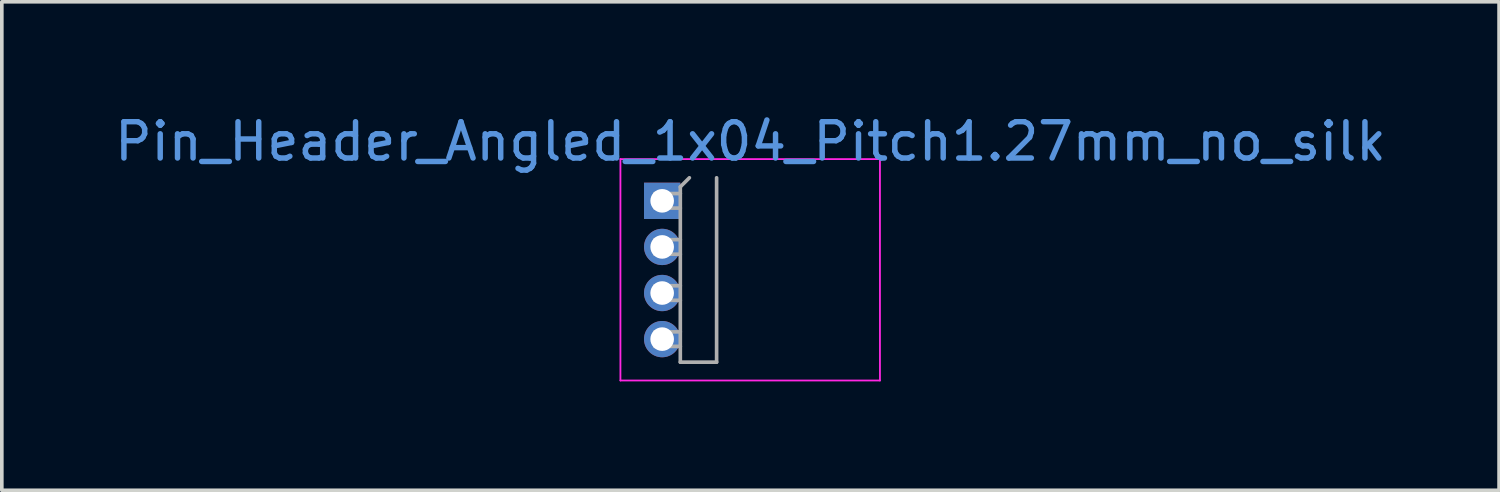
<source format=kicad_pcb>
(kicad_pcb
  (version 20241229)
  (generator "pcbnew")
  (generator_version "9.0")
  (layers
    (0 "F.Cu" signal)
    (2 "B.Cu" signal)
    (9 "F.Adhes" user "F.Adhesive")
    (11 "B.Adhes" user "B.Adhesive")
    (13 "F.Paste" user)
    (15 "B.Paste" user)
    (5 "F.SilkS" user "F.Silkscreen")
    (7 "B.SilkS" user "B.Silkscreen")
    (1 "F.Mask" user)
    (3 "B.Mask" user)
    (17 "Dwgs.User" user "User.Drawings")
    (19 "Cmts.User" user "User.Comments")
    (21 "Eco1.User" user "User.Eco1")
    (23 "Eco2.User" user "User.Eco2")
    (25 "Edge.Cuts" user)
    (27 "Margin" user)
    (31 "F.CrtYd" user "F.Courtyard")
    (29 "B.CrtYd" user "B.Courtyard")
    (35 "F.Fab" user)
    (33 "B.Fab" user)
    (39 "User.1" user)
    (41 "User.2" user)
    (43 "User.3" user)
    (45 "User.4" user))
  (footprint "Pin_Header_Angled_1x04_Pitch1.27mm_no_silk"
    (layer "F.Cu")
    (at 15.193 2.483)
    (property "Reference" "Pin_Header_Angled_1x04_Pitch1.27mm_no_silk" (at 2.433 -1.635 0) (layer "Cmts.User") (effects (font (size 1 1) (thickness 0.15))))
    (attr through_hole)
    (fp_line (start -1.15 -1.15) (end -1.15 4.95) (stroke (width 0.05) (type solid)) (layer "F.CrtYd"))
    (fp_line (start -1.15 4.95) (end 6 4.95) (stroke (width 0.05) (type solid)) (layer "F.CrtYd"))
    (fp_line (start 6 -1.15) (end -1.15 -1.15) (stroke (width 0.05) (type solid)) (layer "F.CrtYd"))
    (fp_line (start 6 4.95) (end 6 -1.15) (stroke (width 0.05) (type solid)) (layer "F.CrtYd"))
    (fp_line (start -0.2 -0.2) (end -0.2 0.2) (stroke (width 0.1) (type solid)) (layer "F.Fab"))
    (fp_line (start -0.2 -0.2) (end 0.5 -0.2) (stroke (width 0.1) (type solid)) (layer "F.Fab"))
    (fp_line (start -0.2 0.2) (end 0.5 0.2) (stroke (width 0.1) (type solid)) (layer "F.Fab"))
    (fp_line (start -0.2 1.07) (end -0.2 1.47) (stroke (width 0.1) (type solid)) (layer "F.Fab"))
    (fp_line (start -0.2 1.07) (end 0.5 1.07) (stroke (width 0.1) (type solid)) (layer "F.Fab"))
    (fp_line (start -0.2 1.47) (end 0.5 1.47) (stroke (width 0.1) (type solid)) (layer "F.Fab"))
    (fp_line (start -0.2 2.34) (end -0.2 2.74) (stroke (width 0.1) (type solid)) (layer "F.Fab"))
    (fp_line (start -0.2 2.34) (end 0.5 2.34) (stroke (width 0.1) (type solid)) (layer "F.Fab"))
    (fp_line (start -0.2 2.74) (end 0.5 2.74) (stroke (width 0.1) (type solid)) (layer "F.Fab"))
    (fp_line (start -0.2 3.61) (end -0.2 4.01) (stroke (width 0.1) (type solid)) (layer "F.Fab"))
    (fp_line (start -0.2 3.61) (end 0.5 3.61) (stroke (width 0.1) (type solid)) (layer "F.Fab"))
    (fp_line (start -0.2 4.01) (end 0.5 4.01) (stroke (width 0.1) (type solid)) (layer "F.Fab"))
    (fp_line (start 0.5 -0.385) (end 0.75 -0.635) (stroke (width 0.1) (type solid)) (layer "F.Fab"))
    (fp_line (start 0.5 4.445) (end 0.5 -0.385) (stroke (width 0.1) (type solid)) (layer "F.Fab"))
    (fp_line (start 1.5 -0.635) (end 1.5 4.445) (stroke (width 0.1) (type solid)) (layer "F.Fab"))
    (fp_line (start 1.5 4.445) (end 0.5 4.445) (stroke (width 0.1) (type solid)) (layer "F.Fab"))
    (pad "1" thru_hole rect (at 0 0) (size 1 1) (drill 0.65) (layers "*.Cu" "*.Mask"))
    (pad "2" thru_hole oval (at 0 1.27) (size 1 1) (drill 0.65) (layers "*.Cu" "*.Mask"))
    (pad "3" thru_hole oval (at 0 2.54) (size 1 1) (drill 0.65) (layers "*.Cu" "*.Mask"))
    (pad "4" thru_hole oval (at 0 3.81) (size 1 1) (drill 0.65) (layers "*.Cu" "*.Mask")))
  (gr_rect
    (start -3 -3)
    (end 38.25 10.458)
    (stroke (width 0.1) (type default))
    (fill no)
    (layer "Edge.Cuts")))
</source>
